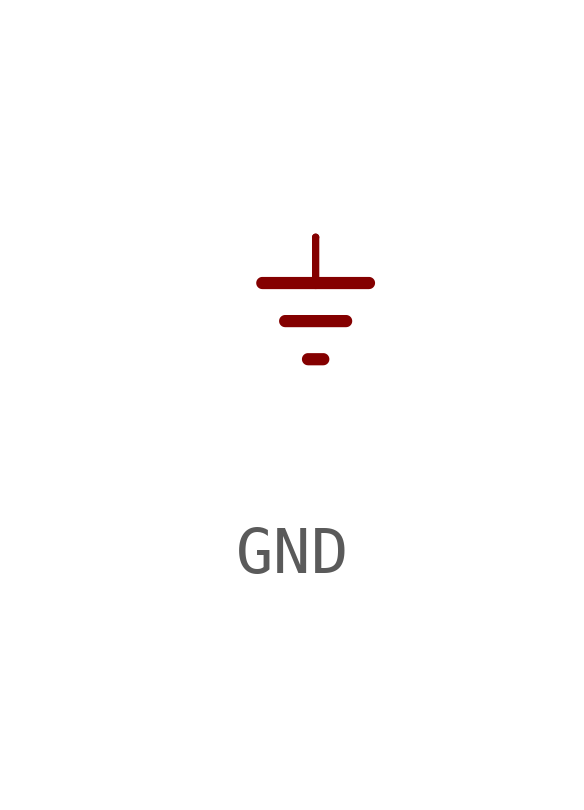
<source format=kicad_sym>
(kicad_symbol_lib
  (version 20231120)
  (generator "kicad_symbol_editor")
  (generator_version "8.0")
  (symbol "GND"
    (power)
    (property "Reference" "#GND"
      (at 0 0 0)
      (effects (font (size 1.27 1.27)) (hide yes)))
    (property "Value" ""
      (at -2.223 -2.54 0)
      (effects (font (size 1.778 1.511)) (justify left bottom)))
    (property "ki_locked" ""
      (at 0 0 0)
      (effects (font (size 1.27 1.27))))
    (symbol "GND_1_0"
      (polyline (pts (xy 0 1.587) (xy -1.111 1.587)) (stroke (width 0.254) (type solid)) (fill (type none)))
      (polyline (pts (xy 0 2.54) (xy 0 1.587)) (stroke (width 0.152) (type solid)) (fill (type none)))
      (polyline (pts (xy 0.159 0) (xy -0.159 0)) (stroke (width 0.254) (type solid)) (fill (type none)))
      (polyline (pts (xy 0.635 0.794) (xy -0.635 0.794)) (stroke (width 0.254) (type solid)) (fill (type none)))
      (polyline (pts (xy 1.111 1.587) (xy 0 1.587)) (stroke (width 0.254) (type solid)) (fill (type none)))
      (pin power_in line (at 0 2.54 270) (length 0) (name "GND" (effects (font (size 0 0)))) (number "1" (effects (font (size 0 0))))))))
</source>
